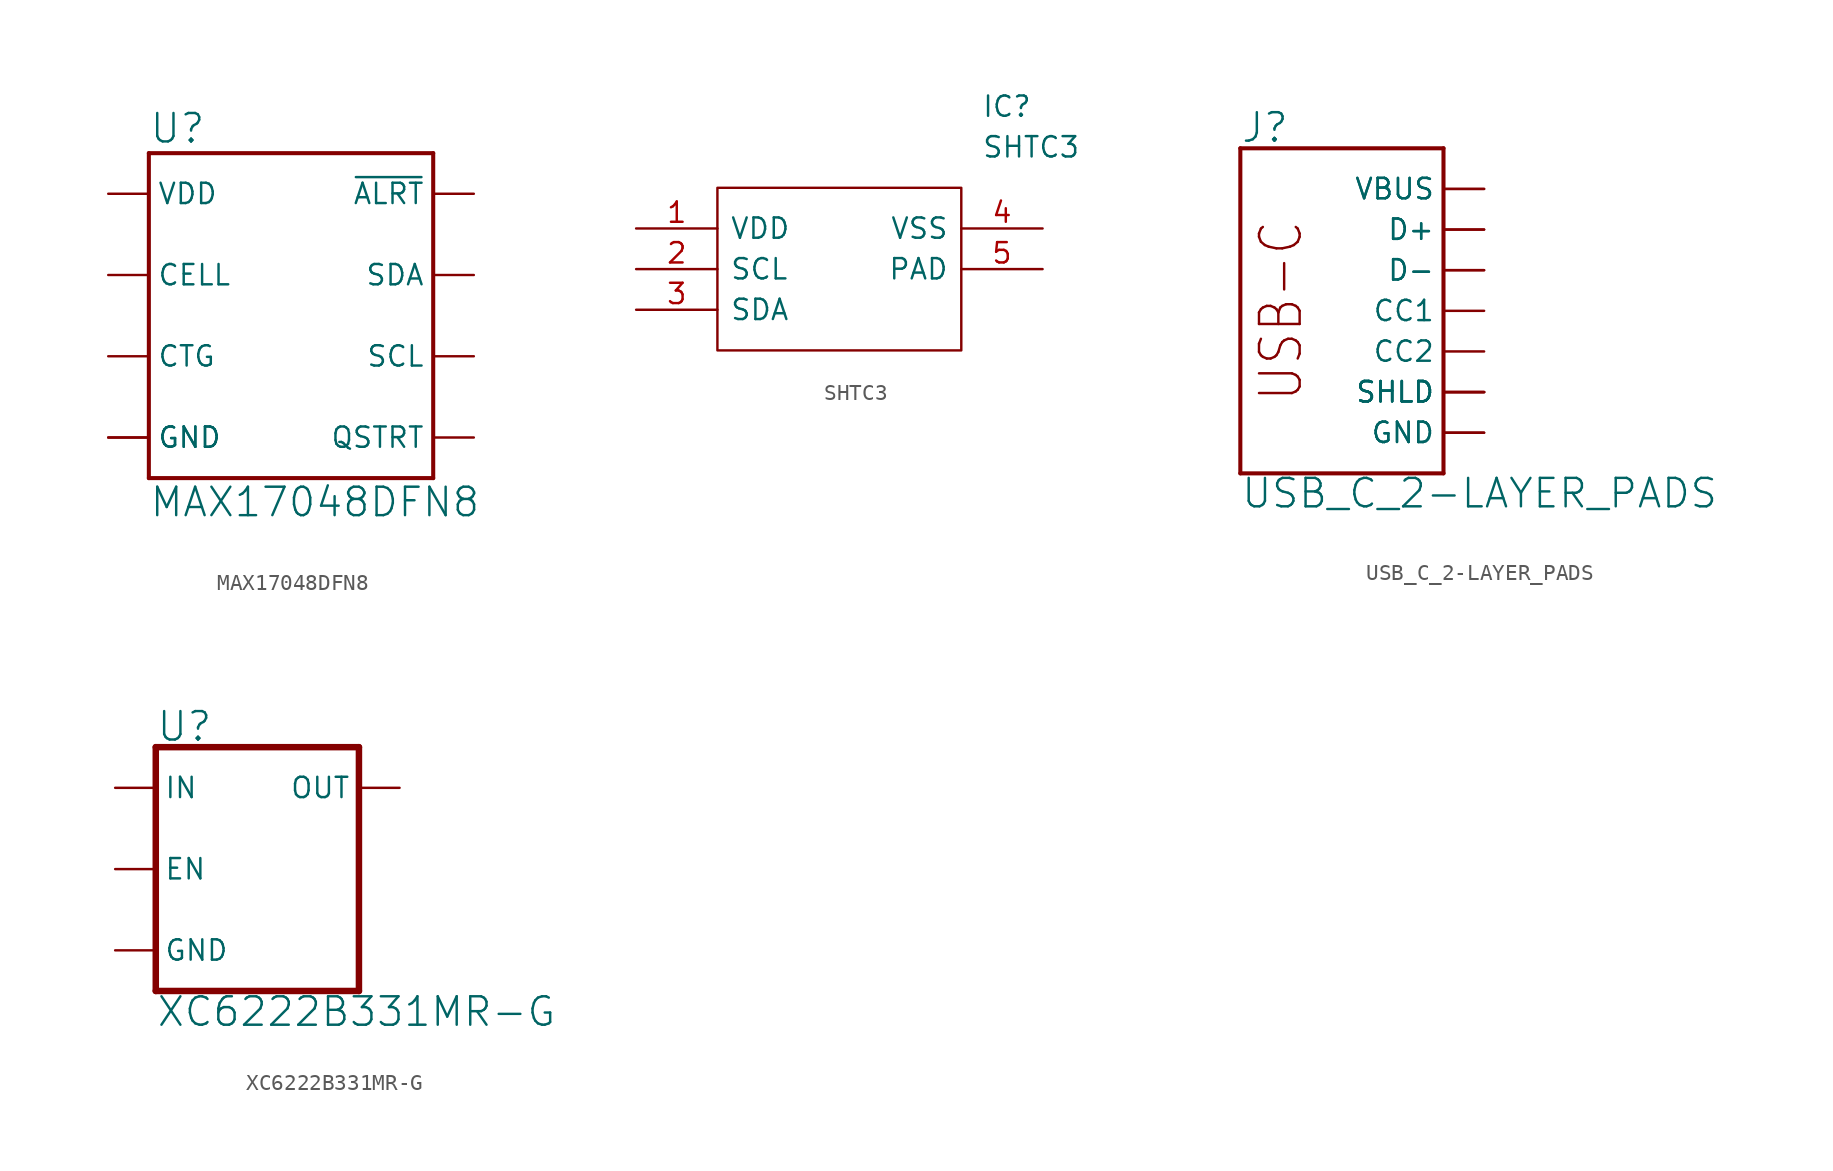
<source format=kicad_sym>
(kicad_symbol_lib
  (version 20211014)
  (generator kicad_symbol_editor)
  (symbol "MAX17048DFN8"
    (property "Reference" "U"
      (at -10.16 10.668 0)
      (effects (font (size 1.778 1.778)) (justify left bottom)))
    (property "Value" "MAX17048DFN8"
      (at -10.16 -12.7 0)
      (effects (font (size 1.778 1.778)) (justify left bottom)))
    (property "ki_locked" ""
      (at 0 0 0)
      (effects (font (size 1.27 1.27))))
    (symbol "MAX17048DFN8_1_0"
      (polyline (pts (xy -10.16 -10.16) (xy 7.62 -10.16)) (stroke (width 0.254) (type default) (color 0 0 0 0)) (fill (type none)))
      (polyline (pts (xy -10.16 10.16) (xy -10.16 -10.16)) (stroke (width 0.254) (type default) (color 0 0 0 0)) (fill (type none)))
      (polyline (pts (xy 7.62 -10.16) (xy 7.62 10.16)) (stroke (width 0.254) (type default) (color 0 0 0 0)) (fill (type none)))
      (polyline (pts (xy 7.62 10.16) (xy -10.16 10.16)) (stroke (width 0.254) (type default) (color 0 0 0 0)) (fill (type none)))
      (pin input line (at -12.7 -2.54 0) (length 2.54) (name "CTG" (effects (font (size 1.27 1.27)))) (number "1" (effects (font (size 0 0)))))
      (pin input line (at -12.7 2.54 0) (length 2.54) (name "CELL" (effects (font (size 1.27 1.27)))) (number "2" (effects (font (size 0 0)))))
      (pin bidirectional line (at -12.7 7.62 0) (length 2.54) (name "VDD" (effects (font (size 1.27 1.27)))) (number "3" (effects (font (size 0 0)))))
      (pin bidirectional line (at -12.7 -7.62 0) (length 2.54) (name "GND" (effects (font (size 1.27 1.27)))) (number "4" (effects (font (size 0 0)))))
      (pin bidirectional line (at 10.16 7.62 180) (length 2.54) (name "~{ALRT}" (effects (font (size 1.27 1.27)))) (number "5" (effects (font (size 0 0)))))
      (pin bidirectional line (at 10.16 -7.62 180) (length 2.54) (name "QSTRT" (effects (font (size 1.27 1.27)))) (number "6" (effects (font (size 0 0)))))
      (pin output line (at 10.16 -2.54 180) (length 2.54) (name "SCL" (effects (font (size 1.27 1.27)))) (number "7" (effects (font (size 0 0)))))
      (pin input line (at 10.16 2.54 180) (length 2.54) (name "SDA" (effects (font (size 1.27 1.27)))) (number "8" (effects (font (size 0 0)))))
      (pin bidirectional line (at -12.7 -7.62 0) (length 2.54) (name "GND" (effects (font (size 1.27 1.27)))) (number "9" (effects (font (size 0 0)))))))
  (symbol "SHTC3"
    (pin_names
      (offset 0.762))
    (property "Reference" "IC"
      (at 21.59 7.62 0)
      (effects (font (size 1.27 1.27)) (justify left)))
    (property "Value" "SHTC3"
      (at 21.59 5.08 0)
      (effects (font (size 1.27 1.27)) (justify left)))
    (symbol "SHTC3_0_0"
      (pin passive line (at 0 0 0) (length 5.08) (name "VDD" (effects (font (size 1.27 1.27)))) (number "1" (effects (font (size 1.27 1.27)))))
      (pin passive line (at 0 -2.54 0) (length 5.08) (name "SCL" (effects (font (size 1.27 1.27)))) (number "2" (effects (font (size 1.27 1.27)))))
      (pin passive line (at 0 -5.08 0) (length 5.08) (name "SDA" (effects (font (size 1.27 1.27)))) (number "3" (effects (font (size 1.27 1.27)))))
      (pin passive line (at 25.4 0 180) (length 5.08) (name "VSS" (effects (font (size 1.27 1.27)))) (number "4" (effects (font (size 1.27 1.27)))))
      (pin passive line (at 25.4 -2.54 180) (length 5.08) (name "PAD" (effects (font (size 1.27 1.27)))) (number "5" (effects (font (size 1.27 1.27))))))
    (symbol "SHTC3_0_1"
      (polyline (pts (xy 5.08 2.54) (xy 20.32 2.54) (xy 20.32 -7.62) (xy 5.08 -7.62) (xy 5.08 2.54)) (stroke (width 0.152) (type default) (color 0 0 0 0)) (fill (type none)))))
  (symbol "USB_C_2-LAYER_PADS"
    (property "Reference" "J"
      (at -2.54 10.414 0)
      (effects (font (size 1.778 1.778)) (justify left bottom)))
    (property "Value" "USB_C_2-LAYER_PADS"
      (at -2.54 -12.446 0)
      (effects (font (size 1.778 1.778)) (justify left bottom)))
    (property "ki_locked" ""
      (at 0 0 0)
      (effects (font (size 1.27 1.27))))
    (symbol "USB_C_2-LAYER_PADS_1_0"
      (polyline (pts (xy -2.54 -10.16) (xy -2.54 10.16)) (stroke (width 0.254) (type default) (color 0 0 0 0)) (fill (type none)))
      (polyline (pts (xy -2.54 -10.16) (xy 10.16 -10.16)) (stroke (width 0.254) (type default) (color 0 0 0 0)) (fill (type none)))
      (polyline (pts (xy 10.16 -10.16) (xy 10.16 10.16)) (stroke (width 0.254) (type default) (color 0 0 0 0)) (fill (type none)))
      (polyline (pts (xy 10.16 10.16) (xy -2.54 10.16)) (stroke (width 0.254) (type default) (color 0 0 0 0)) (fill (type none)))
      (text "USB-C" (at 0 0 900) (effects (font (size 2.54 2.159))))
      (pin bidirectional line (at 12.7 0 180) (length 2.54) (name "CC1" (effects (font (size 1.27 1.27)))) (number "A5" (effects (font (size 0 0)))))
      (pin bidirectional line (at 12.7 5.08 180) (length 2.54) (name "D+" (effects (font (size 1.27 1.27)))) (number "A6" (effects (font (size 0 0)))))
      (pin bidirectional line (at 12.7 2.54 180) (length 2.54) (name "D-" (effects (font (size 1.27 1.27)))) (number "A7" (effects (font (size 0 0)))))
      (pin bidirectional line (at 12.7 -2.54 180) (length 2.54) (name "CC2" (effects (font (size 1.27 1.27)))) (number "B5" (effects (font (size 0 0)))))
      (pin bidirectional line (at 12.7 5.08 180) (length 2.54) (name "D+" (effects (font (size 1.27 1.27)))) (number "B6" (effects (font (size 0 0)))))
      (pin bidirectional line (at 12.7 2.54 180) (length 2.54) (name "D-" (effects (font (size 1.27 1.27)))) (number "B7" (effects (font (size 0 0)))))
      (pin bidirectional line (at 12.7 -7.62 180) (length 2.54) (name "GND" (effects (font (size 1.27 1.27)))) (number "GND" (effects (font (size 0 0)))))
      (pin bidirectional line (at 12.7 -7.62 180) (length 2.54) (name "GND" (effects (font (size 1.27 1.27)))) (number "GND2" (effects (font (size 0 0)))))
      (pin bidirectional line (at 12.7 -5.08 180) (length 2.54) (name "SHLD" (effects (font (size 1.27 1.27)))) (number "SHLD1" (effects (font (size 0 0)))))
      (pin bidirectional line (at 12.7 -5.08 180) (length 2.54) (name "SHLD" (effects (font (size 1.27 1.27)))) (number "SHLD2" (effects (font (size 0 0)))))
      (pin bidirectional line (at 12.7 -5.08 180) (length 2.54) (name "SHLD" (effects (font (size 1.27 1.27)))) (number "SHLD3" (effects (font (size 0 0)))))
      (pin bidirectional line (at 12.7 -5.08 180) (length 2.54) (name "SHLD" (effects (font (size 1.27 1.27)))) (number "SHLD4" (effects (font (size 0 0)))))
      (pin bidirectional line (at 12.7 7.62 180) (length 2.54) (name "VBUS" (effects (font (size 1.27 1.27)))) (number "VBUS1" (effects (font (size 0 0)))))
      (pin bidirectional line (at 12.7 7.62 180) (length 2.54) (name "VBUS" (effects (font (size 1.27 1.27)))) (number "VBUS2" (effects (font (size 0 0)))))))
  (symbol "XC6222B331MR-G"
    (property "Reference" "U"
      (at -7.62 7.874 0)
      (effects (font (size 1.778 1.778)) (justify left bottom)))
    (property "Value" "XC6222B331MR-G"
      (at -7.62 -7.874 0)
      (effects (font (size 1.778 1.778)) (justify left top)))
    (property "ki_locked" ""
      (at 0 0 0)
      (effects (font (size 1.27 1.27))))
    (symbol "XC6222B331MR-G_1_0"
      (polyline (pts (xy -7.62 -7.62) (xy 5.08 -7.62)) (stroke (width 0.406) (type default) (color 0 0 0 0)) (fill (type none)))
      (polyline (pts (xy -7.62 7.62) (xy -7.62 -7.62)) (stroke (width 0.406) (type default) (color 0 0 0 0)) (fill (type none)))
      (polyline (pts (xy 5.08 -7.62) (xy 5.08 7.62)) (stroke (width 0.406) (type default) (color 0 0 0 0)) (fill (type none)))
      (polyline (pts (xy 5.08 7.62) (xy -7.62 7.62)) (stroke (width 0.406) (type default) (color 0 0 0 0)) (fill (type none)))
      (pin input line (at -10.16 5.08 0) (length 2.54) (name "IN" (effects (font (size 1.27 1.27)))) (number "1" (effects (font (size 0 0)))))
      (pin input line (at -10.16 -5.08 0) (length 2.54) (name "GND" (effects (font (size 1.27 1.27)))) (number "2" (effects (font (size 0 0)))))
      (pin input line (at -10.16 0 0) (length 2.54) (name "EN" (effects (font (size 1.27 1.27)))) (number "3" (effects (font (size 0 0)))))
      (pin passive line (at 7.62 5.08 180) (length 2.54) (name "OUT" (effects (font (size 1.27 1.27)))) (number "5" (effects (font (size 0 0))))))))
</source>
